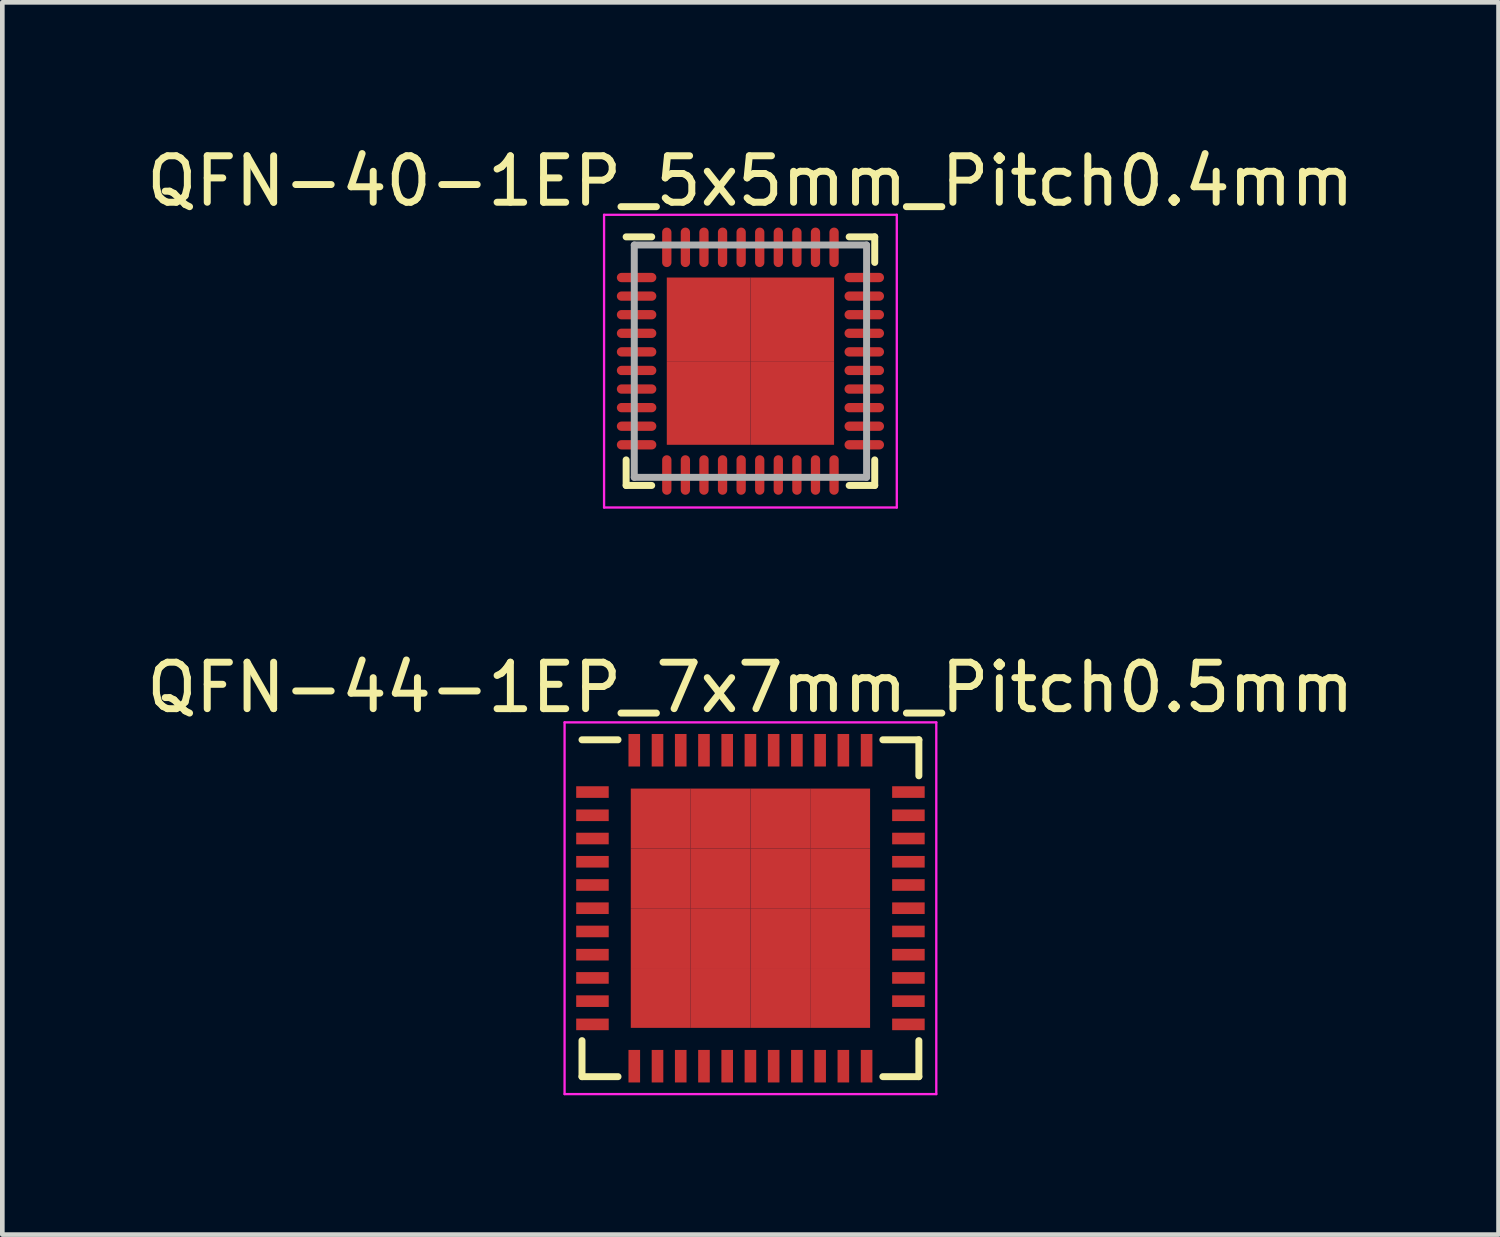
<source format=kicad_pcb>
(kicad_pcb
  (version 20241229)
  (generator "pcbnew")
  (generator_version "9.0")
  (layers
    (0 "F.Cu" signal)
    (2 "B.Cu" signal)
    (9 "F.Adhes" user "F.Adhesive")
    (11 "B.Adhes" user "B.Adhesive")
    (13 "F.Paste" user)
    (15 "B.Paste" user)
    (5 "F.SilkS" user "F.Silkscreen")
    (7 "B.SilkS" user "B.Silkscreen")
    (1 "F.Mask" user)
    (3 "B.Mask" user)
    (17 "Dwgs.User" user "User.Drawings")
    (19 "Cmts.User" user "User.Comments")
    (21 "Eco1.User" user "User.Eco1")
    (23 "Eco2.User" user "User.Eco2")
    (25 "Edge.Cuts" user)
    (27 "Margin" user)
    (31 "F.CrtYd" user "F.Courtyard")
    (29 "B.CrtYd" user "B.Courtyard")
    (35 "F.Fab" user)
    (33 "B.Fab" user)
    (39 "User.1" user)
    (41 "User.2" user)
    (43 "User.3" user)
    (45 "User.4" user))
  (footprint "QFN-40-1EP_5x5mm_Pitch0.4mm"
    (layer "F.Cu")
    (at 13.101 4.723)
    (property "Reference" "QFN-40-1EP_5x5mm_Pitch0.4mm" (at 0 -3.875 0) (layer "F.SilkS") (effects (font (size 1 1) (thickness 0.15))))
    (attr smd)
    (fp_line (start -2.675 -2.675) (end -2.125 -2.675) (stroke (width 0.15) (type solid)) (layer "F.SilkS"))
    (fp_line (start -2.675 2.675) (end -2.675 2.125) (stroke (width 0.15) (type solid)) (layer "F.SilkS"))
    (fp_line (start -2.675 2.675) (end -2.125 2.675) (stroke (width 0.15) (type solid)) (layer "F.SilkS"))
    (fp_line (start 2.675 -2.675) (end 2.125 -2.675) (stroke (width 0.15) (type solid)) (layer "F.SilkS"))
    (fp_line (start 2.675 -2.675) (end 2.675 -2.125) (stroke (width 0.15) (type solid)) (layer "F.SilkS"))
    (fp_line (start 2.675 2.675) (end 2.125 2.675) (stroke (width 0.15) (type solid)) (layer "F.SilkS"))
    (fp_line (start 2.675 2.675) (end 2.675 2.125) (stroke (width 0.15) (type solid)) (layer "F.SilkS"))
    (fp_line (start -3.15 -3.15) (end -3.15 3.15) (stroke (width 0.05) (type solid)) (layer "F.CrtYd"))
    (fp_line (start -3.15 -3.15) (end 3.15 -3.15) (stroke (width 0.05) (type solid)) (layer "F.CrtYd"))
    (fp_line (start -3.15 3.15) (end 3.15 3.15) (stroke (width 0.05) (type solid)) (layer "F.CrtYd"))
    (fp_line (start 3.15 -3.15) (end 3.15 3.15) (stroke (width 0.05) (type solid)) (layer "F.CrtYd"))
    (fp_line (start -2.5 -2.5) (end 2.5 -2.5) (stroke (width 0.15) (type solid)) (layer "F.Fab"))
    (fp_line (start -2.5 2.5) (end -2.5 -2.5) (stroke (width 0.15) (type solid)) (layer "F.Fab"))
    (fp_line (start 2.5 -2.5) (end 2.5 2.5) (stroke (width 0.15) (type solid)) (layer "F.Fab"))
    (fp_line (start 2.5 2.5) (end -2.5 2.5) (stroke (width 0.15) (type solid)) (layer "F.Fab"))
    (pad "1" smd oval (at -2.45 -1.8) (size 0.85 0.2) (layers "F.Cu" "F.Mask" "F.Paste"))
    (pad "2" smd oval (at -2.45 -1.4) (size 0.85 0.2) (layers "F.Cu" "F.Mask" "F.Paste"))
    (pad "3" smd oval (at -2.45 -1) (size 0.85 0.2) (layers "F.Cu" "F.Mask" "F.Paste"))
    (pad "4" smd oval (at -2.45 -0.6) (size 0.85 0.2) (layers "F.Cu" "F.Mask" "F.Paste"))
    (pad "5" smd oval (at -2.45 -0.2) (size 0.85 0.2) (layers "F.Cu" "F.Mask" "F.Paste"))
    (pad "6" smd oval (at -2.45 0.2) (size 0.85 0.2) (layers "F.Cu" "F.Mask" "F.Paste"))
    (pad "7" smd oval (at -2.45 0.6) (size 0.85 0.2) (layers "F.Cu" "F.Mask" "F.Paste"))
    (pad "8" smd oval (at -2.45 1) (size 0.85 0.2) (layers "F.Cu" "F.Mask" "F.Paste"))
    (pad "9" smd oval (at -2.45 1.4) (size 0.85 0.2) (layers "F.Cu" "F.Mask" "F.Paste"))
    (pad "10" smd oval (at -2.45 1.8) (size 0.85 0.2) (layers "F.Cu" "F.Mask" "F.Paste"))
    (pad "11" smd oval (at -1.8 2.45 90) (size 0.85 0.2) (layers "F.Cu" "F.Mask" "F.Paste"))
    (pad "12" smd oval (at -1.4 2.45 90) (size 0.85 0.2) (layers "F.Cu" "F.Mask" "F.Paste"))
    (pad "13" smd oval (at -1 2.45 90) (size 0.85 0.2) (layers "F.Cu" "F.Mask" "F.Paste"))
    (pad "14" smd oval (at -0.6 2.45 90) (size 0.85 0.2) (layers "F.Cu" "F.Mask" "F.Paste"))
    (pad "15" smd oval (at -0.2 2.45 90) (size 0.85 0.2) (layers "F.Cu" "F.Mask" "F.Paste"))
    (pad "16" smd oval (at 0.2 2.45 90) (size 0.85 0.2) (layers "F.Cu" "F.Mask" "F.Paste"))
    (pad "17" smd oval (at 0.6 2.45 90) (size 0.85 0.2) (layers "F.Cu" "F.Mask" "F.Paste"))
    (pad "18" smd oval (at 1 2.45 90) (size 0.85 0.2) (layers "F.Cu" "F.Mask" "F.Paste"))
    (pad "19" smd oval (at 1.4 2.45 90) (size 0.85 0.2) (layers "F.Cu" "F.Mask" "F.Paste"))
    (pad "20" smd oval (at 1.8 2.45 90) (size 0.85 0.2) (layers "F.Cu" "F.Mask" "F.Paste"))
    (pad "21" smd oval (at 2.45 1.8) (size 0.85 0.2) (layers "F.Cu" "F.Mask" "F.Paste"))
    (pad "22" smd oval (at 2.45 1.4) (size 0.85 0.2) (layers "F.Cu" "F.Mask" "F.Paste"))
    (pad "23" smd oval (at 2.45 1) (size 0.85 0.2) (layers "F.Cu" "F.Mask" "F.Paste"))
    (pad "24" smd oval (at 2.45 0.6) (size 0.85 0.2) (layers "F.Cu" "F.Mask" "F.Paste"))
    (pad "25" smd oval (at 2.45 0.2) (size 0.85 0.2) (layers "F.Cu" "F.Mask" "F.Paste"))
    (pad "26" smd oval (at 2.45 -0.2) (size 0.85 0.2) (layers "F.Cu" "F.Mask" "F.Paste"))
    (pad "27" smd oval (at 2.45 -0.6) (size 0.85 0.2) (layers "F.Cu" "F.Mask" "F.Paste"))
    (pad "28" smd oval (at 2.45 -1) (size 0.85 0.2) (layers "F.Cu" "F.Mask" "F.Paste"))
    (pad "29" smd oval (at 2.45 -1.4) (size 0.85 0.2) (layers "F.Cu" "F.Mask" "F.Paste"))
    (pad "30" smd oval (at 2.45 -1.8) (size 0.85 0.2) (layers "F.Cu" "F.Mask" "F.Paste"))
    (pad "31" smd oval (at 1.8 -2.45 90) (size 0.85 0.2) (layers "F.Cu" "F.Mask" "F.Paste"))
    (pad "32" smd oval (at 1.4 -2.45 90) (size 0.85 0.2) (layers "F.Cu" "F.Mask" "F.Paste"))
    (pad "33" smd oval (at 1 -2.45 90) (size 0.85 0.2) (layers "F.Cu" "F.Mask" "F.Paste"))
    (pad "34" smd oval (at 0.6 -2.45 90) (size 0.85 0.2) (layers "F.Cu" "F.Mask" "F.Paste"))
    (pad "35" smd oval (at 0.2 -2.45 90) (size 0.85 0.2) (layers "F.Cu" "F.Mask" "F.Paste"))
    (pad "36" smd oval (at -0.2 -2.45 90) (size 0.85 0.2) (layers "F.Cu" "F.Mask" "F.Paste"))
    (pad "37" smd oval (at -0.6 -2.45 90) (size 0.85 0.2) (layers "F.Cu" "F.Mask" "F.Paste"))
    (pad "38" smd oval (at -1 -2.45 90) (size 0.85 0.2) (layers "F.Cu" "F.Mask" "F.Paste"))
    (pad "39" smd oval (at -1.4 -2.45 90) (size 0.85 0.2) (layers "F.Cu" "F.Mask" "F.Paste"))
    (pad "40" smd oval (at -1.8 -2.45 90) (size 0.85 0.2) (layers "F.Cu" "F.Mask" "F.Paste"))
    (pad "41" smd rect (at -0.9 -0.9) (size 1.8 1.8) (layers "F.Cu" "F.Mask" "F.Paste"))
    (pad "41" smd rect (at -0.9 0.9) (size 1.8 1.8) (layers "F.Cu" "F.Mask" "F.Paste"))
    (pad "41" smd rect (at 0.9 -0.9) (size 1.8 1.8) (layers "F.Cu" "F.Mask" "F.Paste"))
    (pad "41" smd rect (at 0.9 0.9) (size 1.8 1.8) (layers "F.Cu" "F.Mask" "F.Paste")))
  (footprint "QFN-44-1EP_7x7mm_Pitch0.5mm"
    (layer "F.Cu")
    (at 13.101 16.497)
    (property "Reference" "QFN-44-1EP_7x7mm_Pitch0.5mm" (at 0 -4.75 0) (layer "F.SilkS") (effects (font (size 1 1) (thickness 0.15))))
    (attr smd)
    (fp_line (start -3.625 -3.625) (end -2.85 -3.625) (stroke (width 0.15) (type solid)) (layer "F.SilkS"))
    (fp_line (start -3.625 3.625) (end -3.625 2.85) (stroke (width 0.15) (type solid)) (layer "F.SilkS"))
    (fp_line (start -3.625 3.625) (end -2.85 3.625) (stroke (width 0.15) (type solid)) (layer "F.SilkS"))
    (fp_line (start 3.625 -3.625) (end 2.85 -3.625) (stroke (width 0.15) (type solid)) (layer "F.SilkS"))
    (fp_line (start 3.625 -3.625) (end 3.625 -2.85) (stroke (width 0.15) (type solid)) (layer "F.SilkS"))
    (fp_line (start 3.625 3.625) (end 2.85 3.625) (stroke (width 0.15) (type solid)) (layer "F.SilkS"))
    (fp_line (start 3.625 3.625) (end 3.625 2.85) (stroke (width 0.15) (type solid)) (layer "F.SilkS"))
    (fp_line (start -4 -4) (end -4 4) (stroke (width 0.05) (type solid)) (layer "F.CrtYd"))
    (fp_line (start -4 -4) (end 4 -4) (stroke (width 0.05) (type solid)) (layer "F.CrtYd"))
    (fp_line (start -4 4) (end 4 4) (stroke (width 0.05) (type solid)) (layer "F.CrtYd"))
    (fp_line (start 4 -4) (end 4 4) (stroke (width 0.05) (type solid)) (layer "F.CrtYd"))
    (pad "1" smd rect (at -3.4 -2.5) (size 0.7 0.25) (layers "F.Cu" "F.Mask" "F.Paste"))
    (pad "2" smd rect (at -3.4 -2) (size 0.7 0.25) (layers "F.Cu" "F.Mask" "F.Paste"))
    (pad "3" smd rect (at -3.4 -1.5) (size 0.7 0.25) (layers "F.Cu" "F.Mask" "F.Paste"))
    (pad "4" smd rect (at -3.4 -1) (size 0.7 0.25) (layers "F.Cu" "F.Mask" "F.Paste"))
    (pad "5" smd rect (at -3.4 -0.5) (size 0.7 0.25) (layers "F.Cu" "F.Mask" "F.Paste"))
    (pad "6" smd rect (at -3.4 0) (size 0.7 0.25) (layers "F.Cu" "F.Mask" "F.Paste"))
    (pad "7" smd rect (at -3.4 0.5) (size 0.7 0.25) (layers "F.Cu" "F.Mask" "F.Paste"))
    (pad "8" smd rect (at -3.4 1) (size 0.7 0.25) (layers "F.Cu" "F.Mask" "F.Paste"))
    (pad "9" smd rect (at -3.4 1.5) (size 0.7 0.25) (layers "F.Cu" "F.Mask" "F.Paste"))
    (pad "10" smd rect (at -3.4 2) (size 0.7 0.25) (layers "F.Cu" "F.Mask" "F.Paste"))
    (pad "11" smd rect (at -3.4 2.5) (size 0.7 0.25) (layers "F.Cu" "F.Mask" "F.Paste"))
    (pad "12" smd rect (at -2.5 3.4 90) (size 0.7 0.25) (layers "F.Cu" "F.Mask" "F.Paste"))
    (pad "13" smd rect (at -2 3.4 90) (size 0.7 0.25) (layers "F.Cu" "F.Mask" "F.Paste"))
    (pad "14" smd rect (at -1.5 3.4 90) (size 0.7 0.25) (layers "F.Cu" "F.Mask" "F.Paste"))
    (pad "15" smd rect (at -1 3.4 90) (size 0.7 0.25) (layers "F.Cu" "F.Mask" "F.Paste"))
    (pad "16" smd rect (at -0.5 3.4 90) (size 0.7 0.25) (layers "F.Cu" "F.Mask" "F.Paste"))
    (pad "17" smd rect (at 0 3.4 90) (size 0.7 0.25) (layers "F.Cu" "F.Mask" "F.Paste"))
    (pad "18" smd rect (at 0.5 3.4 90) (size 0.7 0.25) (layers "F.Cu" "F.Mask" "F.Paste"))
    (pad "19" smd rect (at 1 3.4 90) (size 0.7 0.25) (layers "F.Cu" "F.Mask" "F.Paste"))
    (pad "20" smd rect (at 1.5 3.4 90) (size 0.7 0.25) (layers "F.Cu" "F.Mask" "F.Paste"))
    (pad "21" smd rect (at 2 3.4 90) (size 0.7 0.25) (layers "F.Cu" "F.Mask" "F.Paste"))
    (pad "22" smd rect (at 2.5 3.4 90) (size 0.7 0.25) (layers "F.Cu" "F.Mask" "F.Paste"))
    (pad "23" smd rect (at 3.4 2.5) (size 0.7 0.25) (layers "F.Cu" "F.Mask" "F.Paste"))
    (pad "24" smd rect (at 3.4 2) (size 0.7 0.25) (layers "F.Cu" "F.Mask" "F.Paste"))
    (pad "25" smd rect (at 3.4 1.5) (size 0.7 0.25) (layers "F.Cu" "F.Mask" "F.Paste"))
    (pad "26" smd rect (at 3.4 1) (size 0.7 0.25) (layers "F.Cu" "F.Mask" "F.Paste"))
    (pad "27" smd rect (at 3.4 0.5) (size 0.7 0.25) (layers "F.Cu" "F.Mask" "F.Paste"))
    (pad "28" smd rect (at 3.4 0) (size 0.7 0.25) (layers "F.Cu" "F.Mask" "F.Paste"))
    (pad "29" smd rect (at 3.4 -0.5) (size 0.7 0.25) (layers "F.Cu" "F.Mask" "F.Paste"))
    (pad "30" smd rect (at 3.4 -1) (size 0.7 0.25) (layers "F.Cu" "F.Mask" "F.Paste"))
    (pad "31" smd rect (at 3.4 -1.5) (size 0.7 0.25) (layers "F.Cu" "F.Mask" "F.Paste"))
    (pad "32" smd rect (at 3.4 -2) (size 0.7 0.25) (layers "F.Cu" "F.Mask" "F.Paste"))
    (pad "33" smd rect (at 3.4 -2.5) (size 0.7 0.25) (layers "F.Cu" "F.Mask" "F.Paste"))
    (pad "34" smd rect (at 2.5 -3.4 90) (size 0.7 0.25) (layers "F.Cu" "F.Mask" "F.Paste"))
    (pad "35" smd rect (at 2 -3.4 90) (size 0.7 0.25) (layers "F.Cu" "F.Mask" "F.Paste"))
    (pad "36" smd rect (at 1.5 -3.4 90) (size 0.7 0.25) (layers "F.Cu" "F.Mask" "F.Paste"))
    (pad "37" smd rect (at 1 -3.4 90) (size 0.7 0.25) (layers "F.Cu" "F.Mask" "F.Paste"))
    (pad "38" smd rect (at 0.5 -3.4 90) (size 0.7 0.25) (layers "F.Cu" "F.Mask" "F.Paste"))
    (pad "39" smd rect (at 0 -3.4 90) (size 0.7 0.25) (layers "F.Cu" "F.Mask" "F.Paste"))
    (pad "40" smd rect (at -0.5 -3.4 90) (size 0.7 0.25) (layers "F.Cu" "F.Mask" "F.Paste"))
    (pad "41" smd rect (at -1 -3.4 90) (size 0.7 0.25) (layers "F.Cu" "F.Mask" "F.Paste"))
    (pad "42" smd rect (at -1.5 -3.4 90) (size 0.7 0.25) (layers "F.Cu" "F.Mask" "F.Paste"))
    (pad "43" smd rect (at -2 -3.4 90) (size 0.7 0.25) (layers "F.Cu" "F.Mask" "F.Paste"))
    (pad "44" smd rect (at -2.5 -3.4 90) (size 0.7 0.25) (layers "F.Cu" "F.Mask" "F.Paste"))
    (pad "45" smd rect (at -1.931 -1.931) (size 1.288 1.288) (layers "F.Cu" "F.Mask" "F.Paste"))
    (pad "45" smd rect (at -1.931 -0.644) (size 1.288 1.288) (layers "F.Cu" "F.Mask" "F.Paste"))
    (pad "45" smd rect (at -1.931 0.644) (size 1.288 1.288) (layers "F.Cu" "F.Mask" "F.Paste"))
    (pad "45" smd rect (at -1.931 1.931) (size 1.288 1.288) (layers "F.Cu" "F.Mask" "F.Paste"))
    (pad "45" smd rect (at -0.644 -1.931) (size 1.288 1.288) (layers "F.Cu" "F.Mask" "F.Paste"))
    (pad "45" smd rect (at -0.644 -0.644) (size 1.288 1.288) (layers "F.Cu" "F.Mask" "F.Paste"))
    (pad "45" smd rect (at -0.644 0.644) (size 1.288 1.288) (layers "F.Cu" "F.Mask" "F.Paste"))
    (pad "45" smd rect (at -0.644 1.931) (size 1.288 1.288) (layers "F.Cu" "F.Mask" "F.Paste"))
    (pad "45" smd rect (at 0.644 -1.931) (size 1.288 1.288) (layers "F.Cu" "F.Mask" "F.Paste"))
    (pad "45" smd rect (at 0.644 -0.644) (size 1.288 1.288) (layers "F.Cu" "F.Mask" "F.Paste"))
    (pad "45" smd rect (at 0.644 0.644) (size 1.288 1.288) (layers "F.Cu" "F.Mask" "F.Paste"))
    (pad "45" smd rect (at 0.644 1.931) (size 1.288 1.288) (layers "F.Cu" "F.Mask" "F.Paste"))
    (pad "45" smd rect (at 1.931 -1.931) (size 1.288 1.288) (layers "F.Cu" "F.Mask" "F.Paste"))
    (pad "45" smd rect (at 1.931 -0.644) (size 1.288 1.288) (layers "F.Cu" "F.Mask" "F.Paste"))
    (pad "45" smd rect (at 1.931 0.644) (size 1.288 1.288) (layers "F.Cu" "F.Mask" "F.Paste"))
    (pad "45" smd rect (at 1.931 1.931) (size 1.288 1.288) (layers "F.Cu" "F.Mask" "F.Paste")))
  (gr_rect
    (start -3 -3)
    (end 29.202 23.521)
    (stroke (width 0.1) (type default))
    (fill no)
    (layer "Edge.Cuts")))
</source>
